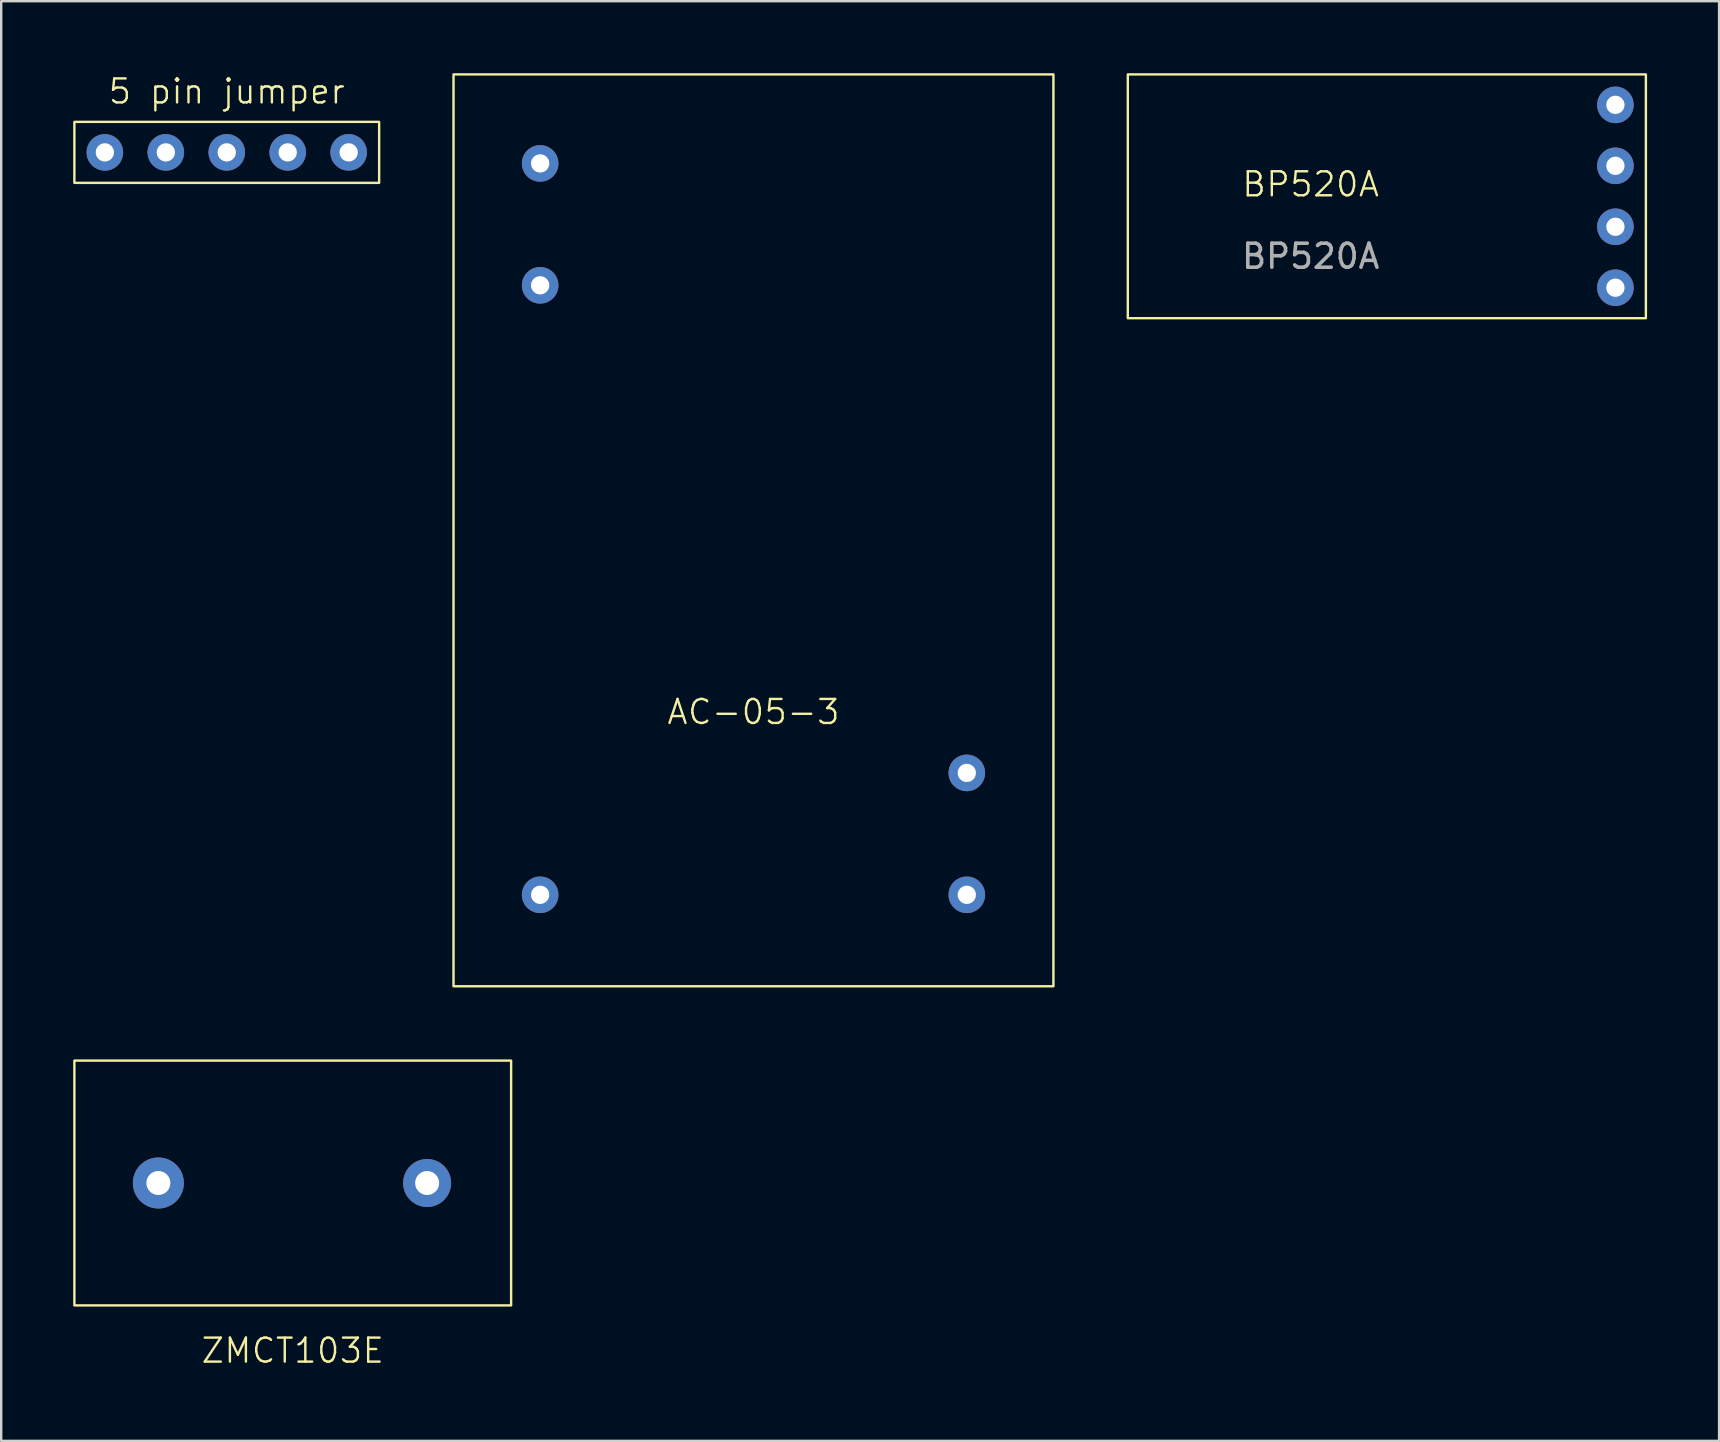
<source format=kicad_pcb>
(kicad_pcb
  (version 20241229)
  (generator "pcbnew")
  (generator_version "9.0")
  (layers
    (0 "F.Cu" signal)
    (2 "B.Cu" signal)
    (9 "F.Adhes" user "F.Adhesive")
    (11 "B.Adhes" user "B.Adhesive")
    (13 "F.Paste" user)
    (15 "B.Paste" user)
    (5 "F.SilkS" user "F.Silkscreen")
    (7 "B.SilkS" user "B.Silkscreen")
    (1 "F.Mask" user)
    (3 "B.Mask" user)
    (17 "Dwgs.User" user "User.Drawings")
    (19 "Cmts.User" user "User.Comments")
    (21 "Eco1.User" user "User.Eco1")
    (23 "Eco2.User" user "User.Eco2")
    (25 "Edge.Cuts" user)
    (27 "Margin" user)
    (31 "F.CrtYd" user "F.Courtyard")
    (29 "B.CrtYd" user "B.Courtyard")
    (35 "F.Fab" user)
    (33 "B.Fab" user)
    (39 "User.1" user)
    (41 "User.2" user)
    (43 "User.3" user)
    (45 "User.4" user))
  (footprint "ZMCT103E"
    (layer "F.Cu")
    (at 9.15 46.25)
    (property "Reference" "ZMCT103E" (at 0 6.985 0) (unlocked yes) (layer "F.SilkS") (effects (font (size 1 1) (thickness 0.1))))
    (attr through_hole)
    (fp_rect (start -9.1 -5.1) (end 9.1 5.1) (stroke (width 0.1) (type default)) (fill no) (layer "F.SilkS"))
    (pad "1" thru_hole circle (at -5.6 0) (size 2.126 2.126) (drill 1) (layers "*.Cu" "*.Mask"))
    (pad "2" thru_hole circle (at 5.6 0) (size 2 2) (drill 1) (layers "*.Cu" "*.Mask")))
  (footprint "5 pin jumper"
    (layer "F.Cu")
    (at 6.4 3.3)
    (property "Reference" "5 pin jumper" (at 0 -2.54 0) (unlocked yes) (layer "F.SilkS") (effects (font (size 1 1) (thickness 0.1))))
    (attr through_hole)
    (fp_rect (start -6.35 -1.27) (end 6.35 1.27) (stroke (width 0.1) (type default)) (fill no) (layer "F.SilkS"))
    (pad "1" thru_hole circle (at -5.08 0) (size 1.524 1.524) (drill 0.762) (layers "*.Cu" "*.Mask"))
    (pad "2" thru_hole circle (at -2.54 0) (size 1.524 1.524) (drill 0.762) (layers "*.Cu" "*.Mask"))
    (pad "3" thru_hole circle (at 0 0) (size 1.524 1.524) (drill 0.762) (layers "*.Cu" "*.Mask"))
    (pad "4" thru_hole circle (at 2.54 0) (size 1.524 1.524) (drill 0.762) (layers "*.Cu" "*.Mask"))
    (pad "5" thru_hole circle (at 5.08 0) (size 1.524 1.524) (drill 0.762) (layers "*.Cu" "*.Mask")))
  (footprint "BP520A"
    (layer "F.Cu")
    (at 51.57 5.13)
    (property "Reference" "BP520A" (at 0 -0.5 0) (unlocked yes) (layer "F.SilkS") (effects (font (size 1 1) (thickness 0.1))))
    (attr through_hole)
    (fp_rect (start 13.97 5.08) (end -7.62 -5.08) (stroke (width 0.1) (type default)) (fill no) (layer "F.SilkS"))
    (fp_text user "${REFERENCE}" (at 0 2.5 0) (unlocked yes) (layer "F.Fab") (effects (font (size 1 1) (thickness 0.15))))
    (pad "1" thru_hole circle (at 12.7 -3.81) (size 1.524 1.524) (drill 0.762) (layers "*.Cu" "*.Mask"))
    (pad "2" thru_hole circle (at 12.7 -1.27) (size 1.524 1.524) (drill 0.762) (layers "*.Cu" "*.Mask"))
    (pad "3" thru_hole circle (at 12.7 1.27) (size 1.524 1.524) (drill 0.762) (layers "*.Cu" "*.Mask"))
    (pad "4" thru_hole circle (at 12.7 3.81) (size 1.524 1.524) (drill 0.762) (layers "*.Cu" "*.Mask")))
  (footprint "AC-05-3"
    (layer "F.Cu")
    (at 28.35 19)
    (property "Reference" "AC-05-3" (at 0 7.62 0) (unlocked yes) (layer "F.SilkS") (effects (font (size 1 1) (thickness 0.1))))
    (attr through_hole)
    (fp_rect (start -12.5 -18.95) (end 12.5 19.05) (stroke (width 0.1) (type default)) (fill no) (layer "F.SilkS"))
    (pad "1" thru_hole circle (at -8.89 -15.24) (size 1.524 1.524) (drill 0.762) (layers "*.Cu" "*.Mask"))
    (pad "2" thru_hole circle (at -8.89 -10.16) (size 1.524 1.524) (drill 0.762) (layers "*.Cu" "*.Mask"))
    (pad "3" thru_hole circle (at -8.89 15.24) (size 1.524 1.524) (drill 0.762) (layers "*.Cu" "*.Mask"))
    (pad "4" thru_hole circle (at 8.89 15.24) (size 1.524 1.524) (drill 0.762) (layers "*.Cu" "*.Mask"))
    (pad "5" thru_hole circle (at 8.89 10.16) (size 1.524 1.524) (drill 0.762) (layers "*.Cu" "*.Mask")))
  (gr_rect
    (start -3 -3)
    (end 68.59 56.995)
    (stroke (width 0.1) (type default))
    (fill no)
    (layer "Edge.Cuts")))
</source>
